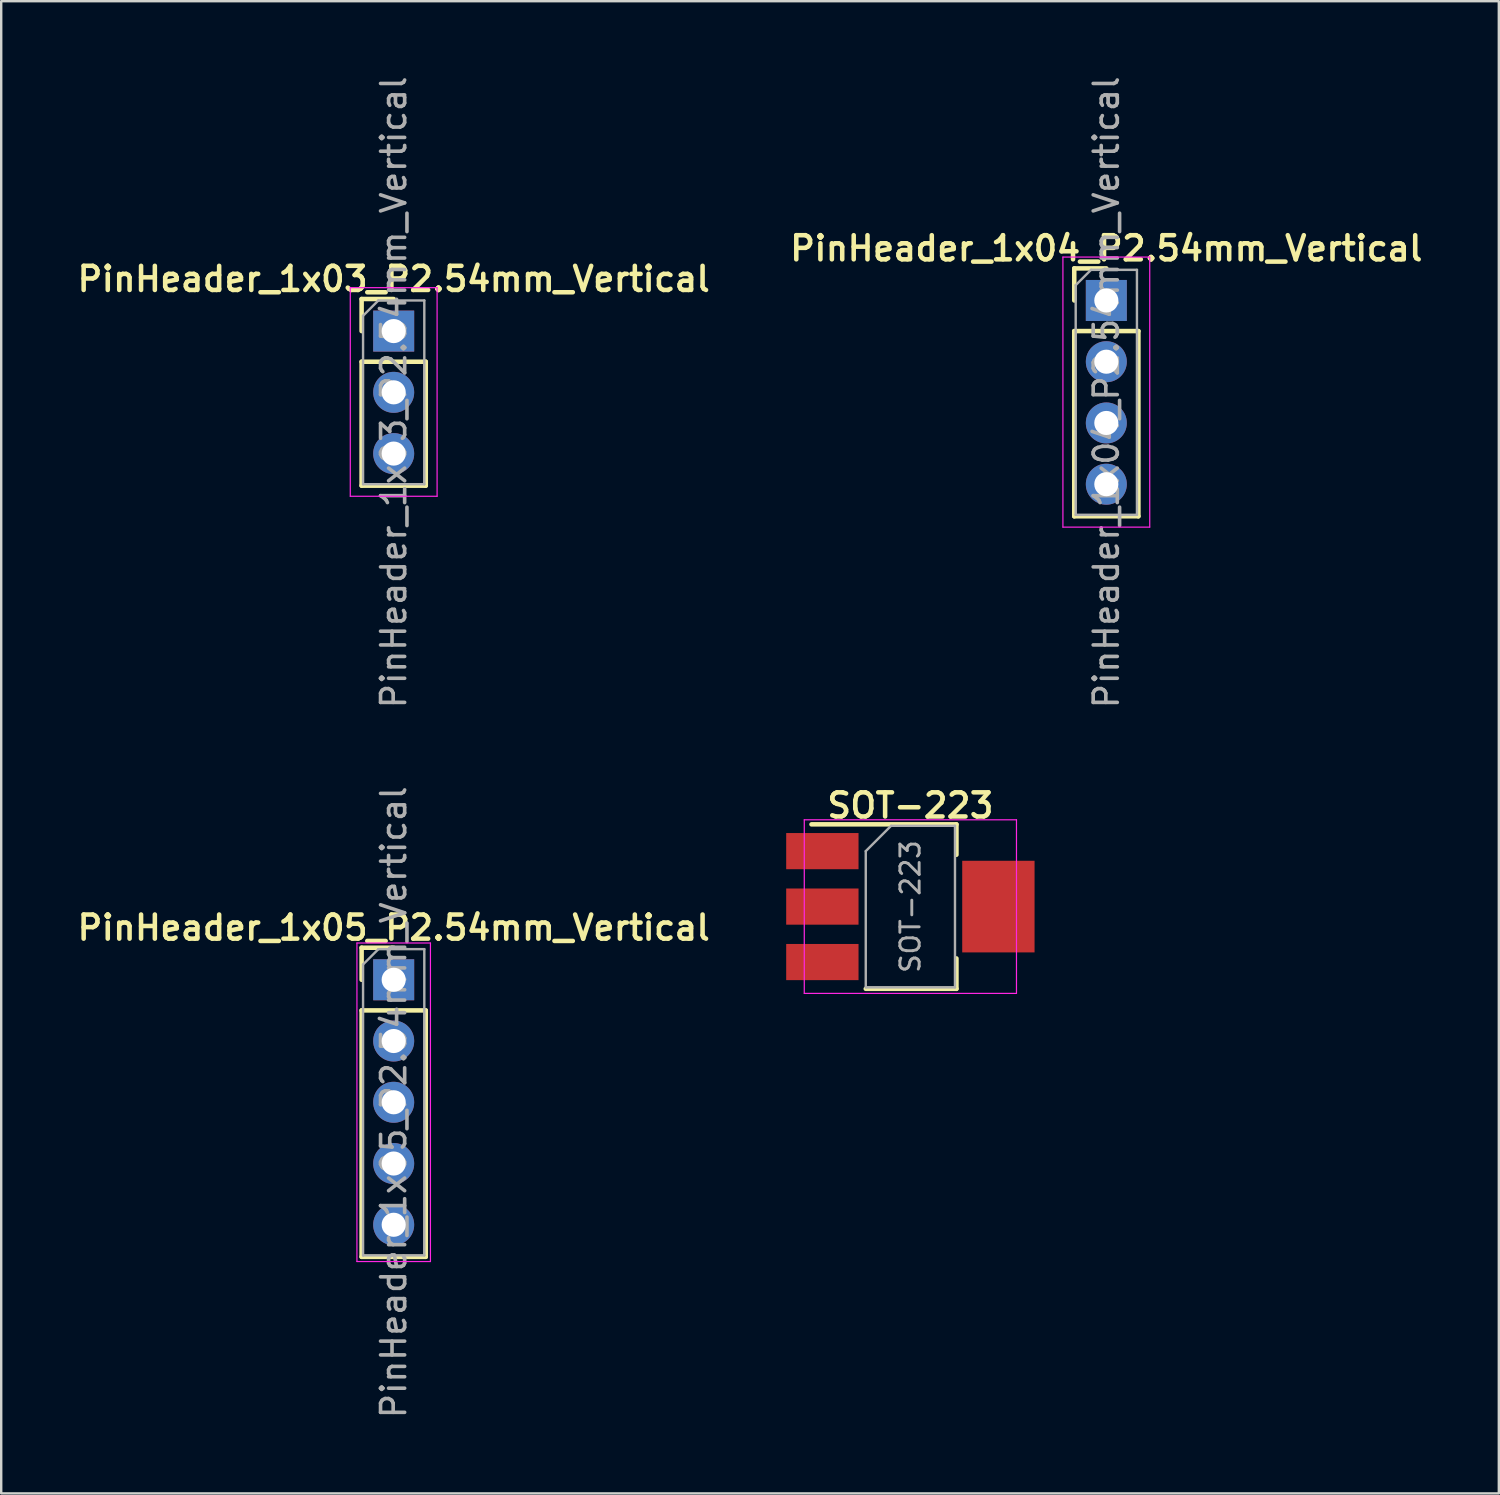
<source format=kicad_pcb>
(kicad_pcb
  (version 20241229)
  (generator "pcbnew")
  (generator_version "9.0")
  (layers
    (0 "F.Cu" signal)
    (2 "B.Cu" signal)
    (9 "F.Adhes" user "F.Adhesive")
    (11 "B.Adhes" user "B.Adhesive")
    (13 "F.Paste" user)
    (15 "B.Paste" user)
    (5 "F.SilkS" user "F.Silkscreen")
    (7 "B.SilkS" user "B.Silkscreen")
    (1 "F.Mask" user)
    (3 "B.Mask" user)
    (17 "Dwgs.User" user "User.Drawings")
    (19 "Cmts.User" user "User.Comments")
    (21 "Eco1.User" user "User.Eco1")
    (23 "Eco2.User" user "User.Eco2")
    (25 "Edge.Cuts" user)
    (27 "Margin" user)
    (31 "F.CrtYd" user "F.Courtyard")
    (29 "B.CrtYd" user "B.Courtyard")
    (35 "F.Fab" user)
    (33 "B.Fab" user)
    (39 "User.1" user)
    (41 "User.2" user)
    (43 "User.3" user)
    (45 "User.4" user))
  (footprint "SOT-223"
    (layer "F.Cu")
    (at 34.703 34.546)
    (property "Reference" "SOT-223" (at 0 -4.191 0) (layer "F.SilkS") (effects (font (size 1 1) (thickness 0.188))))
    (attr smd)
    (fp_line (start -4.1 -3.41) (end 1.91 -3.41) (stroke (width 0.188) (type solid)) (layer "F.SilkS"))
    (fp_line (start -1.85 3.41) (end 1.91 3.41) (stroke (width 0.188) (type solid)) (layer "F.SilkS"))
    (fp_line (start 1.91 -3.41) (end 1.91 -2.15) (stroke (width 0.188) (type solid)) (layer "F.SilkS"))
    (fp_line (start 1.91 3.41) (end 1.91 2.15) (stroke (width 0.188) (type solid)) (layer "F.SilkS"))
    (fp_line (start -4.4 -3.6) (end -4.4 3.6) (stroke (width 0.05) (type solid)) (layer "F.CrtYd"))
    (fp_line (start -4.4 3.6) (end 4.4 3.6) (stroke (width 0.05) (type solid)) (layer "F.CrtYd"))
    (fp_line (start 4.4 -3.6) (end -4.4 -3.6) (stroke (width 0.05) (type solid)) (layer "F.CrtYd"))
    (fp_line (start 4.4 3.6) (end 4.4 -3.6) (stroke (width 0.05) (type solid)) (layer "F.CrtYd"))
    (fp_line (start -1.85 -2.3) (end -1.85 3.35) (stroke (width 0.1) (type solid)) (layer "F.Fab"))
    (fp_line (start -1.85 -2.3) (end -0.8 -3.35) (stroke (width 0.1) (type solid)) (layer "F.Fab"))
    (fp_line (start -1.85 3.35) (end 1.85 3.35) (stroke (width 0.1) (type solid)) (layer "F.Fab"))
    (fp_line (start -0.8 -3.35) (end 1.85 -3.35) (stroke (width 0.1) (type solid)) (layer "F.Fab"))
    (fp_line (start 1.85 -3.35) (end 1.85 3.35) (stroke (width 0.1) (type solid)) (layer "F.Fab"))
    (fp_text user "${REFERENCE}" (at 0 0 90) (layer "F.Fab") (effects (font (size 0.8 0.8) (thickness 0.12))))
    (pad "1" smd rect (at -3.65 -2.3) (size 3 1.5) (layers "F.Cu" "F.Mask" "F.Paste"))
    (pad "2" smd rect (at -3.65 0) (size 3 1.5) (layers "F.Cu" "F.Mask" "F.Paste"))
    (pad "3" smd rect (at -3.65 2.3) (size 3 1.5) (layers "F.Cu" "F.Mask" "F.Paste"))
    (pad "4" smd rect (at 3.65 0) (size 3 3.8) (layers "F.Cu" "F.Mask" "F.Paste")))
  (footprint "PinHeader_1x04_P2.54mm_Vertical"
    (layer "F.Cu")
    (at 42.829 9.41)
    (property "Reference" "PinHeader_1x04_P2.54mm_Vertical" (at 0 -2.159 0) (layer "F.SilkS") (effects (font (size 1 1) (thickness 0.188))))
    (attr through_hole)
    (fp_line (start -1.33 -1.33) (end 0 -1.33) (stroke (width 0.188) (type solid)) (layer "F.SilkS"))
    (fp_line (start -1.33 0) (end -1.33 -1.33) (stroke (width 0.188) (type solid)) (layer "F.SilkS"))
    (fp_line (start -1.33 1.27) (end -1.33 8.95) (stroke (width 0.188) (type solid)) (layer "F.SilkS"))
    (fp_line (start -1.33 1.27) (end 1.33 1.27) (stroke (width 0.188) (type solid)) (layer "F.SilkS"))
    (fp_line (start -1.33 8.95) (end 1.33 8.95) (stroke (width 0.188) (type solid)) (layer "F.SilkS"))
    (fp_line (start 1.33 1.27) (end 1.33 8.95) (stroke (width 0.188) (type solid)) (layer "F.SilkS"))
    (fp_line (start -1.8 -1.8) (end -1.8 9.4) (stroke (width 0.05) (type solid)) (layer "F.CrtYd"))
    (fp_line (start -1.8 9.4) (end 1.8 9.4) (stroke (width 0.05) (type solid)) (layer "F.CrtYd"))
    (fp_line (start 1.8 -1.8) (end -1.8 -1.8) (stroke (width 0.05) (type solid)) (layer "F.CrtYd"))
    (fp_line (start 1.8 9.4) (end 1.8 -1.8) (stroke (width 0.05) (type solid)) (layer "F.CrtYd"))
    (fp_line (start -1.27 -0.635) (end -0.635 -1.27) (stroke (width 0.1) (type solid)) (layer "F.Fab"))
    (fp_line (start -1.27 8.89) (end -1.27 -0.635) (stroke (width 0.1) (type solid)) (layer "F.Fab"))
    (fp_line (start -0.635 -1.27) (end 1.27 -1.27) (stroke (width 0.1) (type solid)) (layer "F.Fab"))
    (fp_line (start 1.27 -1.27) (end 1.27 8.89) (stroke (width 0.1) (type solid)) (layer "F.Fab"))
    (fp_line (start 1.27 8.89) (end -1.27 8.89) (stroke (width 0.1) (type solid)) (layer "F.Fab"))
    (fp_text user "${REFERENCE}" (at 0 3.81 90) (layer "F.Fab") (effects (font (size 1 1) (thickness 0.15))))
    (pad "1" thru_hole rect (at 0 0) (size 1.7 1.7) (drill 1) (layers "*.Cu" "*.Mask"))
    (pad "2" thru_hole oval (at 0 2.54) (size 1.7 1.7) (drill 1) (layers "*.Cu" "*.Mask"))
    (pad "3" thru_hole oval (at 0 5.08) (size 1.7 1.7) (drill 1) (layers "*.Cu" "*.Mask"))
    (pad "4" thru_hole oval (at 0 7.62) (size 1.7 1.7) (drill 1) (layers "*.Cu" "*.Mask")))
  (footprint "PinHeader_1x03_P2.54mm_Vertical"
    (layer "F.Cu")
    (at 13.276 10.68)
    (property "Reference" "PinHeader_1x03_P2.54mm_Vertical" (at 0 -2.159 0) (layer "F.SilkS") (effects (font (size 1 1) (thickness 0.188))))
    (attr through_hole)
    (fp_line (start -1.33 -1.33) (end 0 -1.33) (stroke (width 0.188) (type solid)) (layer "F.SilkS"))
    (fp_line (start -1.33 0) (end -1.33 -1.33) (stroke (width 0.188) (type solid)) (layer "F.SilkS"))
    (fp_line (start -1.33 1.27) (end -1.33 6.41) (stroke (width 0.188) (type solid)) (layer "F.SilkS"))
    (fp_line (start -1.33 1.27) (end 1.33 1.27) (stroke (width 0.188) (type solid)) (layer "F.SilkS"))
    (fp_line (start -1.33 6.41) (end 1.33 6.41) (stroke (width 0.188) (type solid)) (layer "F.SilkS"))
    (fp_line (start 1.33 1.27) (end 1.33 6.41) (stroke (width 0.188) (type solid)) (layer "F.SilkS"))
    (fp_line (start -1.8 -1.8) (end -1.8 6.85) (stroke (width 0.05) (type solid)) (layer "F.CrtYd"))
    (fp_line (start -1.8 6.85) (end 1.8 6.85) (stroke (width 0.05) (type solid)) (layer "F.CrtYd"))
    (fp_line (start 1.8 -1.8) (end -1.8 -1.8) (stroke (width 0.05) (type solid)) (layer "F.CrtYd"))
    (fp_line (start 1.8 6.85) (end 1.8 -1.8) (stroke (width 0.05) (type solid)) (layer "F.CrtYd"))
    (fp_line (start -1.27 -0.635) (end -0.635 -1.27) (stroke (width 0.1) (type solid)) (layer "F.Fab"))
    (fp_line (start -1.27 6.35) (end -1.27 -0.635) (stroke (width 0.1) (type solid)) (layer "F.Fab"))
    (fp_line (start -0.635 -1.27) (end 1.27 -1.27) (stroke (width 0.1) (type solid)) (layer "F.Fab"))
    (fp_line (start 1.27 -1.27) (end 1.27 6.35) (stroke (width 0.1) (type solid)) (layer "F.Fab"))
    (fp_line (start 1.27 6.35) (end -1.27 6.35) (stroke (width 0.1) (type solid)) (layer "F.Fab"))
    (fp_text user "${REFERENCE}" (at 0 2.54 90) (layer "F.Fab") (effects (font (size 1 1) (thickness 0.15))))
    (pad "1" thru_hole rect (at 0 0) (size 1.7 1.7) (drill 1) (layers "*.Cu" "*.Mask"))
    (pad "2" thru_hole oval (at 0 2.54) (size 1.7 1.7) (drill 1) (layers "*.Cu" "*.Mask"))
    (pad "3" thru_hole oval (at 0 5.08) (size 1.7 1.7) (drill 1) (layers "*.Cu" "*.Mask")))
  (footprint "PinHeader_1x05_P2.54mm_Vertical"
    (layer "F.Cu")
    (at 13.276 37.581)
    (property "Reference" "PinHeader_1x05_P2.54mm_Vertical" (at 0 -2.159 0) (layer "F.SilkS") (effects (font (size 1 1) (thickness 0.188))))
    (attr through_hole)
    (fp_line (start -1.33 -1.33) (end 0 -1.33) (stroke (width 0.188) (type solid)) (layer "F.SilkS"))
    (fp_line (start -1.33 0) (end -1.33 -1.33) (stroke (width 0.188) (type solid)) (layer "F.SilkS"))
    (fp_line (start -1.33 1.27) (end -1.33 11.49) (stroke (width 0.188) (type solid)) (layer "F.SilkS"))
    (fp_line (start -1.33 1.27) (end 1.33 1.27) (stroke (width 0.188) (type solid)) (layer "F.SilkS"))
    (fp_line (start -1.33 11.49) (end 1.33 11.49) (stroke (width 0.188) (type solid)) (layer "F.SilkS"))
    (fp_line (start 1.33 1.27) (end 1.33 11.49) (stroke (width 0.188) (type solid)) (layer "F.SilkS"))
    (fp_line (start -1.524 -1.524) (end -1.524 11.684) (stroke (width 0.05) (type solid)) (layer "F.CrtYd"))
    (fp_line (start -1.524 11.684) (end 1.524 11.684) (stroke (width 0.05) (type solid)) (layer "F.CrtYd"))
    (fp_line (start 1.524 -1.524) (end -1.524 -1.524) (stroke (width 0.05) (type solid)) (layer "F.CrtYd"))
    (fp_line (start 1.524 11.684) (end 1.524 -1.524) (stroke (width 0.05) (type solid)) (layer "F.CrtYd"))
    (fp_line (start -1.27 -0.635) (end -0.635 -1.27) (stroke (width 0.1) (type solid)) (layer "F.Fab"))
    (fp_line (start -1.27 11.43) (end -1.27 -0.635) (stroke (width 0.1) (type solid)) (layer "F.Fab"))
    (fp_line (start -0.635 -1.27) (end 1.27 -1.27) (stroke (width 0.1) (type solid)) (layer "F.Fab"))
    (fp_line (start 1.27 -1.27) (end 1.27 11.43) (stroke (width 0.1) (type solid)) (layer "F.Fab"))
    (fp_line (start 1.27 11.43) (end -1.27 11.43) (stroke (width 0.1) (type solid)) (layer "F.Fab"))
    (fp_text user "${REFERENCE}" (at 0 5.08 90) (layer "F.Fab") (effects (font (size 1 1) (thickness 0.15))))
    (pad "1" thru_hole rect (at 0 0) (size 1.7 1.7) (drill 1) (layers "*.Cu" "*.Mask"))
    (pad "2" thru_hole oval (at 0 2.54) (size 1.7 1.7) (drill 1) (layers "*.Cu" "*.Mask"))
    (pad "3" thru_hole oval (at 0 5.08) (size 1.7 1.7) (drill 1) (layers "*.Cu" "*.Mask"))
    (pad "4" thru_hole oval (at 0 7.62) (size 1.7 1.7) (drill 1) (layers "*.Cu" "*.Mask"))
    (pad "5" thru_hole oval (at 0 10.16) (size 1.7 1.7) (drill 1) (layers "*.Cu" "*.Mask")))
  (gr_rect
    (start -3 -3)
    (end 59.106 58.881)
    (stroke (width 0.1) (type default))
    (fill no)
    (layer "Edge.Cuts")))
</source>
